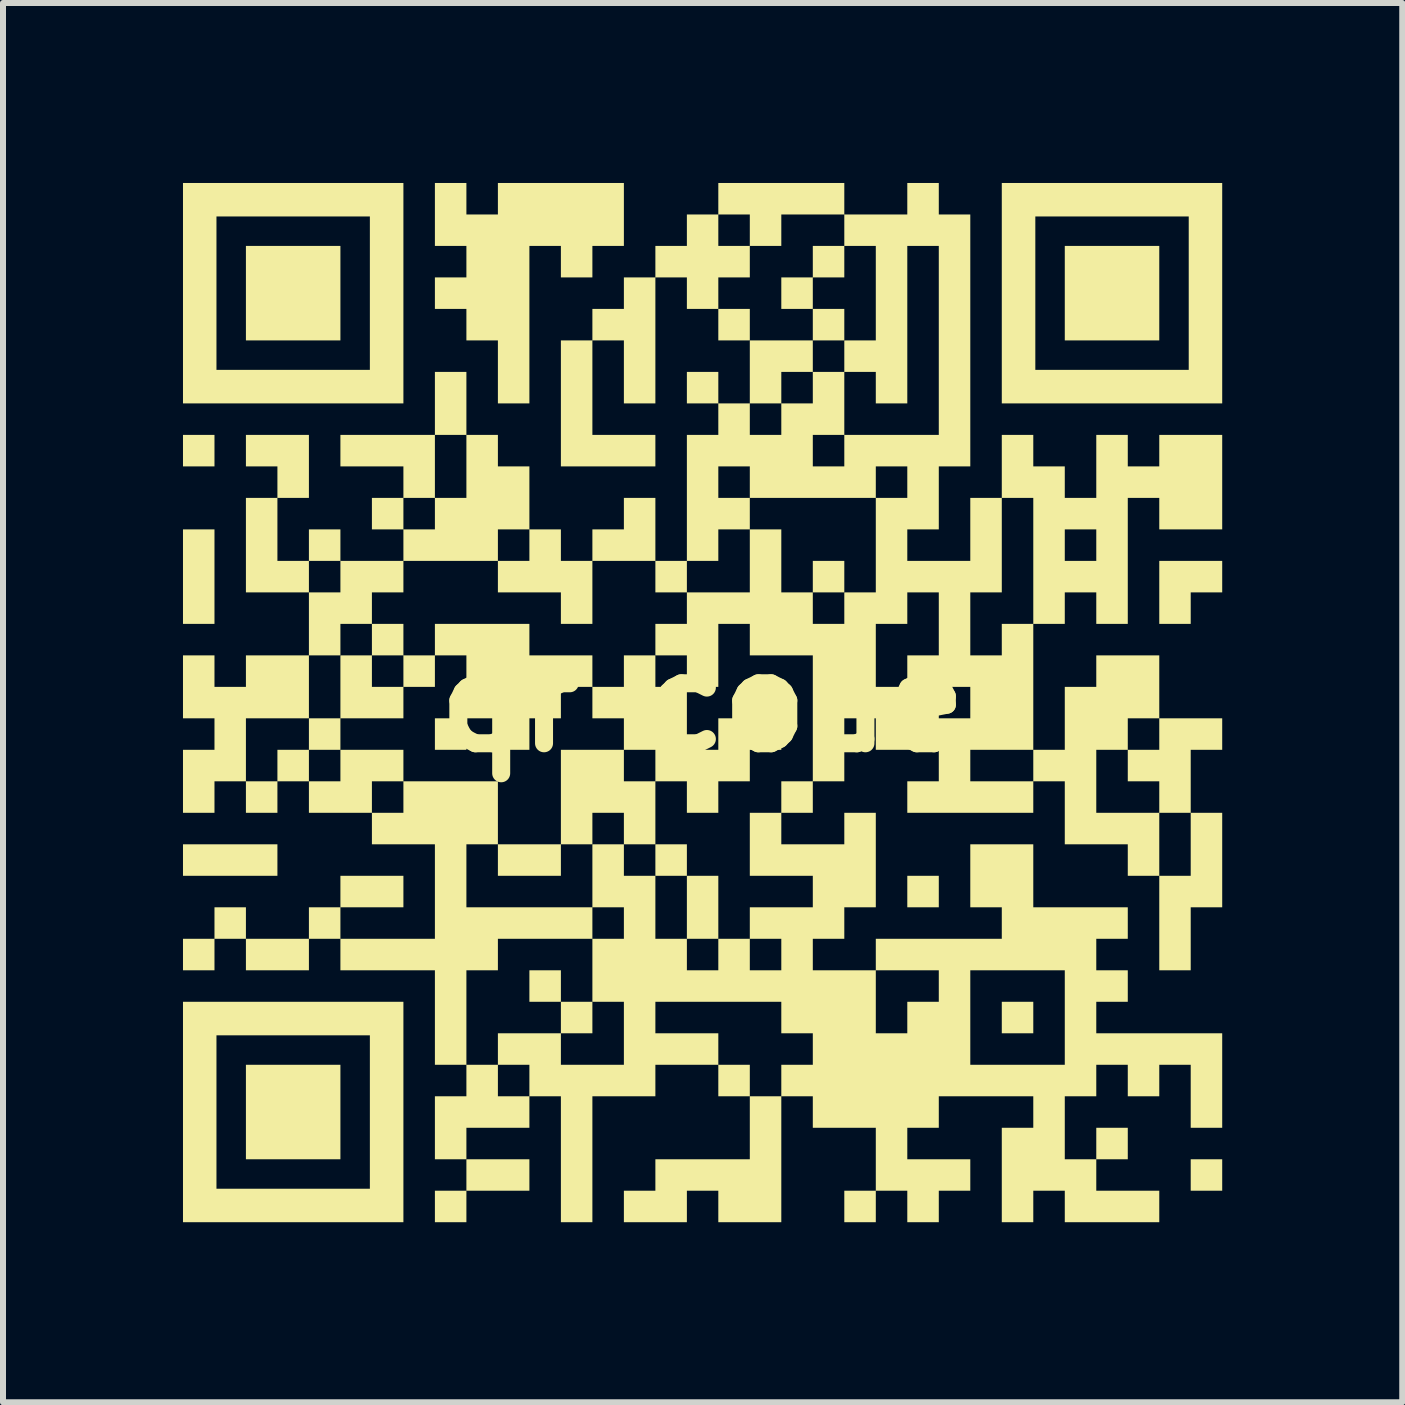
<source format=kicad_pcb>
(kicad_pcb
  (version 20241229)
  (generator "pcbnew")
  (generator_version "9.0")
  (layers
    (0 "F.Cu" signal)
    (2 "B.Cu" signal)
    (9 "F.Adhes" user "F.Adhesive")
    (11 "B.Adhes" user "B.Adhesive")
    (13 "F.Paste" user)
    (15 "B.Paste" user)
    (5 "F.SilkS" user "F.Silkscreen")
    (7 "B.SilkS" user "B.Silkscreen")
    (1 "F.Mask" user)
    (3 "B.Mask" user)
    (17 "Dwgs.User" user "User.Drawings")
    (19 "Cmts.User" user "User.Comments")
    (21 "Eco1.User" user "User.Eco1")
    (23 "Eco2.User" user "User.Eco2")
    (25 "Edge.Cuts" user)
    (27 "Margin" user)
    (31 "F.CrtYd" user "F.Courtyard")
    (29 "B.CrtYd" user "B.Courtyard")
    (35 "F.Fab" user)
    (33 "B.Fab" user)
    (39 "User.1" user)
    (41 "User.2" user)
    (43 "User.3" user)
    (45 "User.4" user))
  (footprint "qr code"
    (layer "F.Cu")
    (at 8.661 8.661)
    (property "Reference" "qr code" (at 0 0 0) (layer "F.SilkS") (effects (font (size 1.5 1.5) (thickness 0.3))))
    (attr board_only exclude_from_pos_files exclude_from_bom)
    (fp_poly (pts (xy -8.136 -4.199) (xy -8.136 -3.937) (xy -8.399 -3.937) (xy -8.661 -3.937) (xy -8.661 -4.199) (xy -8.661 -4.462) (xy -8.399 -4.462) (xy -8.136 -4.462)) (stroke (width 0) (type solid)) (fill yes) (layer "F.SilkS"))
    (fp_poly (pts (xy -8.136 -2.1) (xy -8.136 -1.312) (xy -8.399 -1.312) (xy -8.661 -1.312) (xy -8.661 -2.1) (xy -8.661 -2.887) (xy -8.399 -2.887) (xy -8.136 -2.887)) (stroke (width 0) (type solid)) (fill yes) (layer "F.SilkS"))
    (fp_poly (pts (xy -7.087 2.625) (xy -7.087 2.887) (xy -7.874 2.887) (xy -8.661 2.887) (xy -8.661 2.625) (xy -8.661 2.362) (xy -7.874 2.362) (xy -7.087 2.362)) (stroke (width 0) (type solid)) (fill yes) (layer "F.SilkS"))
    (fp_poly (pts (xy -6.037 -6.824) (xy -6.037 -6.037) (xy -6.824 -6.037) (xy -7.612 -6.037) (xy -7.612 -6.824) (xy -7.612 -7.612) (xy -6.824 -7.612) (xy -6.037 -7.612)) (stroke (width 0) (type solid)) (fill yes) (layer "F.SilkS"))
    (fp_poly (pts (xy -6.037 6.824) (xy -6.037 7.612) (xy -6.824 7.612) (xy -7.612 7.612) (xy -7.612 6.824) (xy -7.612 6.037) (xy -6.824 6.037) (xy -6.037 6.037)) (stroke (width 0) (type solid)) (fill yes) (layer "F.SilkS"))
    (fp_poly (pts (xy -2.362 4.724) (xy -2.362 4.987) (xy -2.625 4.987) (xy -2.887 4.987) (xy -2.887 4.724) (xy -2.887 4.462) (xy -2.625 4.462) (xy -2.362 4.462)) (stroke (width 0) (type solid)) (fill yes) (layer "F.SilkS"))
    (fp_poly (pts (xy -1.837 5.249) (xy -1.837 5.512) (xy -2.1 5.512) (xy -2.362 5.512) (xy -2.362 5.249) (xy -2.362 4.987) (xy -2.1 4.987) (xy -1.837 4.987)) (stroke (width 0) (type solid)) (fill yes) (layer "F.SilkS"))
    (fp_poly (pts (xy -0.262 2.625) (xy -0.262 2.887) (xy -0.525 2.887) (xy -0.787 2.887) (xy -0.787 2.625) (xy -0.787 2.362) (xy -0.525 2.362) (xy -0.262 2.362)) (stroke (width 0) (type solid)) (fill yes) (layer "F.SilkS"))
    (fp_poly (pts (xy 0.262 3.412) (xy 0.262 3.937) (xy -0.000001 3.937) (xy -0.262 3.937) (xy -0.262 3.412) (xy -0.262 2.887) (xy -0.000001 2.887) (xy 0.262 2.887)) (stroke (width 0) (type solid)) (fill yes) (layer "F.SilkS"))
    (fp_poly (pts (xy 0.787 -6.299) (xy 0.787 -6.037) (xy 0.525 -6.037) (xy 0.262 -6.037) (xy 0.262 -6.299) (xy 0.262 -6.562) (xy 0.525 -6.562) (xy 0.787 -6.562)) (stroke (width 0) (type solid)) (fill yes) (layer "F.SilkS"))
    (fp_poly (pts (xy 2.362 -6.299) (xy 2.362 -6.037) (xy 2.1 -6.037) (xy 1.837 -6.037) (xy 1.837 -6.299) (xy 1.837 -6.562) (xy 2.1 -6.562) (xy 2.362 -6.562)) (stroke (width 0) (type solid)) (fill yes) (layer "F.SilkS"))
    (fp_poly (pts (xy 2.362 -2.1) (xy 2.362 -1.837) (xy 2.1 -1.837) (xy 1.837 -1.837) (xy 1.837 -2.1) (xy 1.837 -2.362) (xy 2.1 -2.362) (xy 2.362 -2.362)) (stroke (width 0) (type solid)) (fill yes) (layer "F.SilkS"))
    (fp_poly (pts (xy 3.937 3.15) (xy 3.937 3.412) (xy 3.675 3.412) (xy 3.412 3.412) (xy 3.412 3.15) (xy 3.412 2.887) (xy 3.675 2.887) (xy 3.937 2.887)) (stroke (width 0) (type solid)) (fill yes) (layer "F.SilkS"))
    (fp_poly (pts (xy 5.512 5.249) (xy 5.512 5.512) (xy 5.249 5.512) (xy 4.987 5.512) (xy 4.987 5.249) (xy 4.987 4.987) (xy 5.249 4.987) (xy 5.512 4.987)) (stroke (width 0) (type solid)) (fill yes) (layer "F.SilkS"))
    (fp_poly (pts (xy 7.612 -6.824) (xy 7.612 -6.037) (xy 6.824 -6.037) (xy 6.037 -6.037) (xy 6.037 -6.824) (xy 6.037 -7.612) (xy 6.824 -7.612) (xy 7.612 -7.612)) (stroke (width 0) (type solid)) (fill yes) (layer "F.SilkS"))
    (fp_poly (pts (xy 8.661 7.874) (xy 8.661 8.136) (xy 8.399 8.136) (xy 8.136 8.136) (xy 8.136 7.874) (xy 8.136 7.612) (xy 8.399 7.612) (xy 8.661 7.612)) (stroke (width 0) (type solid)) (fill yes) (layer "F.SilkS"))
    (fp_poly (pts (xy 8.661 -2.1) (xy 8.661 -1.837) (xy 8.399 -1.837) (xy 8.136 -1.837) (xy 8.136 -1.575) (xy 8.136 -1.312) (xy 7.874 -1.312) (xy 7.612 -1.312) (xy 7.612 -1.837) (xy 7.612 -2.362) (xy 8.136 -2.362) (xy 8.661 -2.362)) (stroke (width 0) (type solid)) (fill yes) (layer "F.SilkS"))
    (fp_poly (pts (xy -2.887 7.874) (xy -2.887 8.136) (xy -3.412 8.136) (xy -3.937 8.136) (xy -3.937 8.399) (xy -3.937 8.661) (xy -4.199 8.661) (xy -4.462 8.661) (xy -4.462 8.399) (xy -4.462 8.136) (xy -4.199 8.136) (xy -3.937 8.136) (xy -3.937 7.874) (xy -3.937 7.612) (xy -3.412 7.612) (xy -2.887 7.612)) (stroke (width 0) (type solid)) (fill yes) (layer "F.SilkS"))
    (fp_poly (pts (xy 2.362 -7.349) (xy 2.362 -7.087) (xy 2.1 -7.087) (xy 1.837 -7.087) (xy 1.837 -6.824) (xy 1.837 -6.562) (xy 1.575 -6.562) (xy 1.312 -6.562) (xy 1.312 -6.824) (xy 1.312 -7.087) (xy 1.575 -7.087) (xy 1.837 -7.087) (xy 1.837 -7.349) (xy 1.837 -7.612) (xy 2.1 -7.612) (xy 2.362 -7.612)) (stroke (width 0) (type solid)) (fill yes) (layer "F.SilkS"))
    (fp_poly (pts (xy -4.987 -6.824) (xy -4.987 -4.987) (xy -6.824 -4.987) (xy -8.661 -4.987) (xy -8.661 -6.824) (xy -8.103 -6.824) (xy -8.103 -5.546) (xy -6.824 -5.546) (xy -5.546 -5.546) (xy -5.546 -6.824) (xy -5.546 -8.103) (xy -6.824 -8.103) (xy -8.103 -8.103) (xy -8.103 -6.824) (xy -8.661 -6.824) (xy -8.661 -8.661) (xy -6.824 -8.661) (xy -4.987 -8.661)) (stroke (width 0) (type solid)) (fill yes) (layer "F.SilkS"))
    (fp_poly (pts (xy -4.987 6.824) (xy -4.987 8.661) (xy -6.824 8.661) (xy -8.661 8.661) (xy -8.661 6.824) (xy -8.103 6.824) (xy -8.103 8.103) (xy -6.824 8.103) (xy -5.546 8.103) (xy -5.546 6.824) (xy -5.546 5.546) (xy -6.824 5.546) (xy -8.103 5.546) (xy -8.103 6.824) (xy -8.661 6.824) (xy -8.661 4.987) (xy -6.824 4.987) (xy -4.987 4.987)) (stroke (width 0) (type solid)) (fill yes) (layer "F.SilkS"))
    (fp_poly (pts (xy 8.661 -6.824) (xy 8.661 -4.987) (xy 6.824 -4.987) (xy 4.987 -4.987) (xy 4.987 -6.824) (xy 5.546 -6.824) (xy 5.546 -5.546) (xy 6.824 -5.546) (xy 8.103 -5.546) (xy 8.103 -6.824) (xy 8.103 -8.103) (xy 6.824 -8.103) (xy 5.546 -8.103) (xy 5.546 -6.824) (xy 4.987 -6.824) (xy 4.987 -8.661) (xy 6.824 -8.661) (xy 8.661 -8.661)) (stroke (width 0) (type solid)) (fill yes) (layer "F.SilkS"))
    (fp_poly (pts (xy -3.937 -8.399) (xy -3.937 -8.136) (xy -3.675 -8.136) (xy -3.412 -8.136) (xy -3.412 -8.399) (xy -3.412 -8.661) (xy -2.362 -8.661) (xy -1.312 -8.661) (xy -1.312 -8.136) (xy -1.312 -7.612) (xy -1.575 -7.612) (xy -1.837 -7.612) (xy -1.837 -7.349) (xy -1.837 -7.087) (xy -2.1 -7.087) (xy -2.362 -7.087) (xy -2.362 -7.349) (xy -2.362 -7.612) (xy -2.625 -7.612) (xy -2.887 -7.612) (xy -2.887 -6.299) (xy -2.887 -4.987) (xy -3.15 -4.987) (xy -3.412 -4.987) (xy -3.412 -5.512) (xy -3.412 -6.037) (xy -3.675 -6.037) (xy -3.937 -6.037) (xy -3.937 -6.299) (xy -3.937 -6.562) (xy -4.199 -6.562) (xy -4.462 -6.562) (xy -4.462 -6.824) (xy -4.462 -7.087) (xy -4.199 -7.087) (xy -3.937 -7.087) (xy -3.937 -7.349) (xy -3.937 -7.612) (xy -4.199 -7.612) (xy -4.462 -7.612) (xy -4.462 -8.136) (xy -4.462 -8.661) (xy -4.199 -8.661) (xy -3.937 -8.661)) (stroke (width 0) (type solid)) (fill yes) (layer "F.SilkS"))
    (fp_poly (pts (xy -4.987 -1.05) (xy -4.987 -0.787) (xy -4.724 -0.787) (xy -4.462 -0.787) (xy -4.462 -1.05) (xy -4.462 -1.312) (xy -3.675 -1.312) (xy -2.887 -1.312) (xy -2.887 -1.05) (xy -2.887 -0.787) (xy -2.362 -0.787) (xy -1.837 -0.787) (xy -1.837 -0.525) (xy -1.837 -0.262) (xy -1.575 -0.262) (xy -1.312 -0.262) (xy -1.312 -0.525) (xy -1.312 -0.787) (xy -1.05 -0.787) (xy -0.787 -0.787) (xy -0.787 -0.525) (xy -0.787 -0.262) (xy -0.525 -0.262) (xy -0.262 -0.262) (xy -0.262 0.262) (xy -0.262 0.787) (xy -0.000001 0.787) (xy 0.262 0.787) (xy 0.262 0.525) (xy 0.262 0.262) (xy 0.525 0.262) (xy 0.787 0.262) (xy 0.787 -0.000001) (xy 0.787 -0.262) (xy 1.05 -0.262) (xy 1.312 -0.262) (xy 1.312 0.262) (xy 1.312 0.787) (xy 1.05 0.787) (xy 0.787 0.787) (xy 0.787 1.05) (xy 0.787 1.312) (xy 0.525 1.312) (xy 0.262 1.312) (xy 0.262 1.575) (xy 0.262 1.837) (xy -0.000001 1.837) (xy -0.262 1.837) (xy -0.262 1.575) (xy -0.262 1.312) (xy -0.525 1.312) (xy -0.787 1.312) (xy -0.787 1.837) (xy -0.787 2.362) (xy -1.05 2.362) (xy -1.312 2.362) (xy -1.312 2.1) (xy -1.312 1.837) (xy -1.575 1.837) (xy -1.837 1.837) (xy -1.837 2.1) (xy -1.837 2.362) (xy -2.1 2.362) (xy -2.362 2.362) (xy -2.362 2.625) (xy -2.362 2.887) (xy -2.887 2.887) (xy -3.412 2.887) (xy -3.412 2.625) (xy -3.412 2.362) (xy -2.887 2.362) (xy -2.362 2.362) (xy -2.362 1.575) (xy -2.362 1.05) (xy -1.312 1.05) (xy -1.312 1.312) (xy -1.05 1.312) (xy -0.787 1.312) (xy -0.787 1.05) (xy -0.787 0.787) (xy -1.05 0.787) (xy -1.312 0.787) (xy -1.312 1.05) (xy -2.362 1.05) (xy -2.362 0.787) (xy -1.837 0.787) (xy -1.312 0.787) (xy -1.312 0.525) (xy -1.312 0.262) (xy -1.575 0.262) (xy -1.837 0.262) (xy -1.837 -0.000001) (xy -1.837 -0.262) (xy -2.1 -0.262) (xy -2.362 -0.262) (xy -2.362 -0.000001) (xy -2.362 0.262) (xy -2.625 0.262) (xy -2.887 0.262) (xy -2.887 0.525) (xy -2.887 0.787) (xy -3.15 0.787) (xy -3.412 0.787) (xy -3.412 0.525) (xy -3.412 0.262) (xy -3.675 0.262) (xy -3.937 0.262) (xy -3.937 0.525) (xy -3.937 0.787) (xy -4.199 0.787) (xy -4.462 0.787) (xy -4.462 0.525) (xy -4.462 0.262) (xy -4.199 0.262) (xy -3.937 0.262) (xy -3.937 -0.262) (xy -3.937 -0.787) (xy -4.199 -0.787) (xy -4.462 -0.787) (xy -4.462 -0.525) (xy -4.462 -0.262) (xy -4.724 -0.262) (xy -4.987 -0.262) (xy -4.987 -0.000001) (xy -4.987 0.262) (xy -5.512 0.262) (xy -6.037 0.262) (xy -6.037 0.525) (xy -6.037 0.787) (xy -6.299 0.787) (xy -6.562 0.787) (xy -6.562 0.525) (xy -6.562 0.262) (xy -6.299 0.262) (xy -6.037 0.262) (xy -6.037 -0.262) (xy -6.037 -0.525) (xy -5.512 -0.525) (xy -5.512 -0.262) (xy -5.249 -0.262) (xy -4.987 -0.262) (xy -4.987 -0.525) (xy -4.987 -0.787) (xy -5.249 -0.787) (xy -5.512 -0.787) (xy -5.512 -0.525) (xy -6.037 -0.525) (xy -6.037 -0.787) (xy -5.774 -0.787) (xy -5.512 -0.787) (xy -5.512 -1.05) (xy -5.512 -1.312) (xy -5.249 -1.312) (xy -4.987 -1.312)) (stroke (width 0) (type solid)) (fill yes) (layer "F.SilkS"))
    (fp_poly (pts (xy 2.362 -8.399) (xy 2.362 -8.136) (xy 2.887 -8.136) (xy 3.412 -8.136) (xy 3.412 -8.399) (xy 3.412 -8.661) (xy 3.675 -8.661) (xy 3.937 -8.661) (xy 3.937 -8.399) (xy 3.937 -8.136) (xy 4.199 -8.136) (xy 4.462 -8.136) (xy 4.462 -6.037) (xy 4.462 -3.937) (xy 4.199 -3.937) (xy 3.937 -3.937) (xy 3.937 -3.412) (xy 3.937 -2.887) (xy 3.675 -2.887) (xy 3.412 -2.887) (xy 3.412 -2.625) (xy 3.412 -2.362) (xy 3.937 -2.362) (xy 4.462 -2.362) (xy 4.462 -2.887) (xy 4.462 -3.412) (xy 4.724 -3.412) (xy 4.987 -3.412) (xy 4.987 -3.937) (xy 4.987 -4.462) (xy 5.249 -4.462) (xy 5.512 -4.462) (xy 5.512 -4.199) (xy 5.512 -3.937) (xy 5.774 -3.937) (xy 6.037 -3.937) (xy 6.037 -3.675) (xy 6.037 -3.412) (xy 6.299 -3.412) (xy 6.562 -3.412) (xy 6.562 -3.937) (xy 6.562 -4.462) (xy 6.824 -4.462) (xy 7.087 -4.462) (xy 7.087 -4.199) (xy 7.087 -3.937) (xy 7.349 -3.937) (xy 7.612 -3.937) (xy 7.612 -4.199) (xy 7.612 -4.462) (xy 8.136 -4.462) (xy 8.661 -4.462) (xy 8.661 -3.675) (xy 8.661 -2.887) (xy 8.136 -2.887) (xy 7.612 -2.887) (xy 7.612 -3.15) (xy 7.612 -3.412) (xy 7.349 -3.412) (xy 7.087 -3.412) (xy 7.087 -2.362) (xy 7.087 -1.312) (xy 6.824 -1.312) (xy 6.562 -1.312) (xy 6.562 -1.575) (xy 6.562 -1.837) (xy 6.299 -1.837) (xy 6.037 -1.837) (xy 6.037 -1.575) (xy 6.037 -1.312) (xy 5.774 -1.312) (xy 5.512 -1.312) (xy 5.512 -0.262) (xy 5.512 0.787) (xy 5.774 0.787) (xy 6.037 0.787) (xy 6.037 0.262) (xy 6.037 -0.262) (xy 6.299 -0.262) (xy 6.562 -0.262) (xy 6.562 -0.525) (xy 6.562 -0.787) (xy 7.087 -0.787) (xy 7.612 -0.787) (xy 7.612 -0.262) (xy 7.612 0.262) (xy 7.349 0.262) (xy 7.087 0.262) (xy 7.087 0.525) (xy 7.087 0.787) (xy 6.824 0.787) (xy 6.562 0.787) (xy 6.562 1.312) (xy 6.562 1.837) (xy 7.087 1.837) (xy 7.612 1.837) (xy 7.612 1.575) (xy 7.612 1.312) (xy 7.349 1.312) (xy 7.087 1.312) (xy 7.087 1.05) (xy 7.087 0.787) (xy 7.349 0.787) (xy 7.612 0.787) (xy 7.612 0.525) (xy 7.612 0.262) (xy 8.136 0.262) (xy 8.661 0.262) (xy 8.661 0.525) (xy 8.661 0.787) (xy 8.399 0.787) (xy 8.136 0.787) (xy 8.136 1.312) (xy 8.136 1.837) (xy 7.874 1.837) (xy 7.612 1.837) (xy 7.612 2.362) (xy 7.612 2.887) (xy 7.874 2.887) (xy 8.136 2.887) (xy 8.136 2.362) (xy 8.136 1.837) (xy 8.399 1.837) (xy 8.661 1.837) (xy 8.661 2.625) (xy 8.661 3.412) (xy 8.399 3.412) (xy 8.136 3.412) (xy 8.136 3.937) (xy 8.136 4.462) (xy 7.874 4.462) (xy 7.612 4.462) (xy 7.612 3.675) (xy 7.612 2.887) (xy 7.349 2.887) (xy 7.087 2.887) (xy 7.087 2.625) (xy 7.087 2.362) (xy 6.562 2.362) (xy 6.037 2.362) (xy 6.037 1.837) (xy 6.037 1.312) (xy 5.774 1.312) (xy 5.512 1.312) (xy 5.512 1.575) (xy 5.512 1.837) (xy 4.462 1.837) (xy 3.412 1.837) (xy 3.412 1.575) (xy 3.412 1.312) (xy 3.675 1.312) (xy 3.937 1.312) (xy 3.937 1.05) (xy 4.462 1.05) (xy 4.462 1.312) (xy 4.987 1.312) (xy 5.512 1.312) (xy 5.512 1.05) (xy 5.512 0.787) (xy 4.987 0.787) (xy 4.462 0.787) (xy 4.462 1.05) (xy 3.937 1.05) (xy 3.937 0.787) (xy 3.412 0.787) (xy 2.887 0.787) (xy 2.887 0.525) (xy 2.887 0.262) (xy 2.625 0.262) (xy 2.362 0.262) (xy 2.362 0.787) (xy 2.362 1.312) (xy 2.1 1.312) (xy 1.837 1.312) (xy 1.837 1.575) (xy 1.837 1.837) (xy 1.575 1.837) (xy 1.312 1.837) (xy 1.312 2.1) (xy 1.312 2.362) (xy 1.837 2.362) (xy 2.362 2.362) (xy 2.362 2.1) (xy 2.362 1.837) (xy 2.625 1.837) (xy 2.887 1.837) (xy 2.887 2.625) (xy 2.887 3.412) (xy 2.625 3.412) (xy 2.362 3.412) (xy 2.362 3.675) (xy 2.362 3.937) (xy 2.1 3.937) (xy 1.837 3.937) (xy 1.837 4.199) (xy 1.837 4.462) (xy 2.362 4.462) (xy 2.887 4.462) (xy 2.887 4.199) (xy 2.887 3.937) (xy 3.937 3.937) (xy 4.987 3.937) (xy 4.987 3.675) (xy 4.987 3.412) (xy 4.724 3.412) (xy 4.462 3.412) (xy 4.462 2.887) (xy 4.462 2.362) (xy 4.987 2.362) (xy 5.512 2.362) (xy 5.512 2.887) (xy 5.512 3.412) (xy 6.299 3.412) (xy 7.087 3.412) (xy 7.087 3.675) (xy 7.087 3.937) (xy 6.824 3.937) (xy 6.562 3.937) (xy 6.562 4.199) (xy 6.562 4.462) (xy 6.824 4.462) (xy 7.087 4.462) (xy 7.087 4.724) (xy 7.087 4.987) (xy 6.824 4.987) (xy 6.562 4.987) (xy 6.562 5.249) (xy 6.562 5.512) (xy 7.612 5.512) (xy 8.661 5.512) (xy 8.661 6.299) (xy 8.661 7.087) (xy 8.399 7.087) (xy 8.136 7.087) (xy 8.136 6.562) (xy 8.136 6.037) (xy 7.874 6.037) (xy 7.612 6.037) (xy 7.612 6.299) (xy 7.612 6.562) (xy 7.349 6.562) (xy 7.087 6.562) (xy 7.087 6.299) (xy 7.087 6.037) (xy 6.824 6.037) (xy 6.562 6.037) (xy 6.562 6.299) (xy 6.562 6.562) (xy 6.299 6.562) (xy 6.037 6.562) (xy 6.037 7.087) (xy 6.037 7.612) (xy 6.299 7.612) (xy 6.562 7.612) (xy 6.562 7.349) (xy 6.562 7.087) (xy 6.824 7.087) (xy 7.087 7.087) (xy 7.087 7.349) (xy 7.087 7.612) (xy 6.824 7.612) (xy 6.562 7.612) (xy 6.562 7.874) (xy 6.562 8.136) (xy 7.087 8.136) (xy 7.612 8.136) (xy 7.612 8.399) (xy 7.612 8.661) (xy 6.824 8.661) (xy 6.037 8.661) (xy 6.037 8.399) (xy 6.037 8.136) (xy 5.774 8.136) (xy 5.512 8.136) (xy 5.512 8.399) (xy 5.512 8.661) (xy 5.249 8.661) (xy 4.987 8.661) (xy 4.987 7.874) (xy 4.987 7.087) (xy 5.249 7.087) (xy 5.512 7.087) (xy 5.512 6.824) (xy 5.512 6.562) (xy 4.724 6.562) (xy 3.937 6.562) (xy 3.937 6.824) (xy 3.937 7.087) (xy 3.675 7.087) (xy 3.412 7.087) (xy 3.412 7.349) (xy 3.412 7.612) (xy 3.937 7.612) (xy 4.462 7.612) (xy 4.462 7.874) (xy 4.462 8.136) (xy 4.199 8.136) (xy 3.937 8.136) (xy 3.937 8.399) (xy 3.937 8.661) (xy 3.675 8.661) (xy 3.412 8.661) (xy 3.412 8.399) (xy 3.412 8.136) (xy 3.15 8.136) (xy 2.887 8.136) (xy 2.887 8.399) (xy 2.887 8.661) (xy 2.625 8.661) (xy 2.362 8.661) (xy 2.362 8.399) (xy 2.362 8.136) (xy 2.625 8.136) (xy 2.887 8.136) (xy 2.887 7.612) (xy 2.887 7.087) (xy 2.362 7.087) (xy 1.837 7.087) (xy 1.837 6.824) (xy 1.837 6.562) (xy 1.575 6.562) (xy 1.312 6.562) (xy 1.312 7.612) (xy 1.312 8.661) (xy 0.787 8.661) (xy 0.262 8.661) (xy 0.262 8.399) (xy 0.262 8.136) (xy -0.000001 8.136) (xy -0.262 8.136) (xy -0.262 8.399) (xy -0.262 8.661) (xy -0.787 8.661) (xy -1.312 8.661) (xy -1.312 8.399) (xy -1.312 8.136) (xy -1.05 8.136) (xy -0.787 8.136) (xy -0.787 7.874) (xy -0.787 7.612) (xy -0.000001 7.612) (xy 0.787 7.612) (xy 0.787 7.087) (xy 0.787 6.562) (xy 0.525 6.562) (xy 0.262 6.562) (xy 0.262 6.299) (xy 0.262 6.037) (xy 0.525 6.037) (xy 0.787 6.037) (xy 0.787 6.299) (xy 0.787 6.562) (xy 1.05 6.562) (xy 1.312 6.562) (xy 1.312 6.299) (xy 1.312 6.037) (xy 1.575 6.037) (xy 1.837 6.037) (xy 1.837 5.774) (xy 1.837 5.512) (xy 1.575 5.512) (xy 1.312 5.512) (xy 1.312 5.249) (xy 1.312 4.987) (xy 2.887 4.987) (xy 2.887 5.512) (xy 3.15 5.512) (xy 3.412 5.512) (xy 3.412 5.249) (xy 4.462 5.249) (xy 4.462 6.037) (xy 5.249 6.037) (xy 6.037 6.037) (xy 6.037 5.249) (xy 6.037 4.462) (xy 5.249 4.462) (xy 4.462 4.462) (xy 4.462 5.249) (xy 3.412 5.249) (xy 3.412 4.987) (xy 3.675 4.987) (xy 3.937 4.987) (xy 3.937 4.724) (xy 3.937 4.462) (xy 3.412 4.462) (xy 2.887 4.462) (xy 2.887 4.987) (xy 1.312 4.987) (xy 0.262 4.987) (xy -0.787 4.987) (xy -0.787 5.249) (xy -0.787 5.512) (xy -0.262 5.512) (xy 0.262 5.512) (xy 0.262 5.774) (xy 0.262 6.037) (xy -0.262 6.037) (xy -0.787 6.037) (xy -0.787 6.299) (xy -0.787 6.562) (xy -1.312 6.562) (xy -1.837 6.562) (xy -1.837 7.612) (xy -1.837 8.661) (xy -2.1 8.661) (xy -2.362 8.661) (xy -2.362 7.612) (xy -2.362 6.562) (xy -2.625 6.562) (xy -2.887 6.562) (xy -2.887 6.824) (xy -2.887 7.087) (xy -3.412 7.087) (xy -3.937 7.087) (xy -3.937 7.349) (xy -3.937 7.612) (xy -4.199 7.612) (xy -4.462 7.612) (xy -4.462 7.087) (xy -4.462 6.562) (xy -4.199 6.562) (xy -3.937 6.562) (xy -3.937 6.299) (xy -3.412 6.299) (xy -3.412 6.562) (xy -3.15 6.562) (xy -2.887 6.562) (xy -2.887 6.299) (xy -2.887 6.037) (xy -3.15 6.037) (xy -3.412 6.037) (xy -3.412 6.299) (xy -3.937 6.299) (xy -3.937 6.037) (xy -4.199 6.037) (xy -4.462 6.037) (xy -4.462 5.249) (xy -4.462 4.462) (xy -3.937 4.462) (xy -3.937 5.249) (xy -3.937 6.037) (xy -3.675 6.037) (xy -3.412 6.037) (xy -3.412 5.774) (xy -3.412 5.512) (xy -2.887 5.512) (xy -2.362 5.512) (xy -2.362 5.774) (xy -2.362 6.037) (xy -1.837 6.037) (xy -1.312 6.037) (xy -1.312 5.512) (xy -1.312 4.987) (xy -1.575 4.987) (xy -1.837 4.987) (xy -1.837 4.462) (xy -1.837 3.937) (xy -1.575 3.937) (xy -1.312 3.937) (xy -1.312 3.675) (xy -1.312 3.412) (xy -1.575 3.412) (xy -1.837 3.412) (xy -1.837 3.675) (xy -1.837 3.937) (xy -2.625 3.937) (xy -3.412 3.937) (xy -3.412 4.199) (xy -3.412 4.462) (xy -3.675 4.462) (xy -3.937 4.462) (xy -4.462 4.462) (xy -5.249 4.462) (xy -6.037 4.462) (xy -6.037 4.199) (xy -6.037 3.937) (xy -6.299 3.937) (xy -6.562 3.937) (xy -6.562 4.199) (xy -6.562 4.462) (xy -7.087 4.462) (xy -7.612 4.462) (xy -7.612 4.199) (xy -7.612 3.937) (xy -7.874 3.937) (xy -8.136 3.937) (xy -8.136 4.199) (xy -8.136 4.462) (xy -8.399 4.462) (xy -8.661 4.462) (xy -8.661 4.199) (xy -8.661 3.937) (xy -8.399 3.937) (xy -8.136 3.937) (xy -8.136 3.675) (xy -8.136 3.412) (xy -7.874 3.412) (xy -7.612 3.412) (xy -7.612 3.675) (xy -7.612 3.937) (xy -7.087 3.937) (xy -6.562 3.937) (xy -6.562 3.675) (xy -6.562 3.412) (xy -6.299 3.412) (xy -6.037 3.412) (xy -6.037 3.15) (xy -6.037 2.887) (xy -5.512 2.887) (xy -4.987 2.887) (xy -4.987 3.15) (xy -4.987 3.412) (xy -5.512 3.412) (xy -6.037 3.412) (xy -6.037 3.675) (xy -6.037 3.937) (xy -5.249 3.937) (xy -4.462 3.937) (xy -4.462 3.15) (xy -4.462 2.362) (xy -4.987 2.362) (xy -5.512 2.362) (xy -5.512 2.1) (xy -5.512 1.837) (xy -6.037 1.837) (xy -6.562 1.837) (xy -6.562 1.575) (xy -6.562 1.312) (xy -6.824 1.312) (xy -7.087 1.312) (xy -7.087 1.575) (xy -7.087 1.837) (xy -7.349 1.837) (xy -7.612 1.837) (xy -7.612 1.575) (xy -7.612 1.312) (xy -7.874 1.312) (xy -8.136 1.312) (xy -8.136 1.575) (xy -8.136 1.837) (xy -8.399 1.837) (xy -8.661 1.837) (xy -8.661 1.312) (xy -8.661 0.787) (xy -8.399 0.787) (xy -8.136 0.787) (xy -8.136 0.525) (xy -8.136 0.262) (xy -8.399 0.262) (xy -8.661 0.262) (xy -8.661 -0.262) (xy -8.661 -0.787) (xy -8.399 -0.787) (xy -8.136 -0.787) (xy -8.136 -0.525) (xy -8.136 -0.262) (xy -7.874 -0.262) (xy -7.612 -0.262) (xy -7.612 -0.525) (xy -7.612 -0.787) (xy -7.087 -0.787) (xy -6.562 -0.787) (xy -6.562 -1.312) (xy -6.562 -1.837) (xy -7.087 -1.837) (xy -7.612 -1.837) (xy -7.612 -2.1) (xy -6.562 -2.1) (xy -6.562 -1.837) (xy -6.299 -1.837) (xy -6.037 -1.837) (xy -6.037 -2.1) (xy -6.037 -2.362) (xy -6.299 -2.362) (xy -6.562 -2.362) (xy -6.562 -2.1) (xy -7.612 -2.1) (xy -7.612 -2.625) (xy -7.612 -3.412) (xy -7.349 -3.412) (xy -7.087 -3.412) (xy -7.087 -3.675) (xy -7.087 -3.937) (xy -7.349 -3.937) (xy -7.612 -3.937) (xy -7.612 -4.199) (xy -7.612 -4.462) (xy -7.087 -4.462) (xy -6.562 -4.462) (xy -6.562 -3.937) (xy -6.562 -3.412) (xy -6.824 -3.412) (xy -7.087 -3.412) (xy -7.087 -2.887) (xy -7.087 -2.362) (xy -6.824 -2.362) (xy -6.562 -2.362) (xy -6.562 -2.625) (xy -6.562 -2.887) (xy -6.299 -2.887) (xy -6.037 -2.887) (xy -6.037 -2.625) (xy -6.037 -2.362) (xy -5.512 -2.362) (xy -4.987 -2.362) (xy -4.987 -2.625) (xy -4.987 -2.887) (xy -5.249 -2.887) (xy -5.512 -2.887) (xy -5.512 -3.15) (xy -5.512 -3.412) (xy -5.249 -3.412) (xy -4.987 -3.412) (xy -4.987 -3.675) (xy -4.987 -3.937) (xy -5.512 -3.937) (xy -6.037 -3.937) (xy -6.037 -4.199) (xy -6.037 -4.462) (xy -5.249 -4.462) (xy -4.462 -4.462) (xy -4.462 -4.987) (xy -4.462 -5.512) (xy -4.199 -5.512) (xy -3.937 -5.512) (xy -3.937 -4.987) (xy -3.937 -4.462) (xy -4.199 -4.462) (xy -4.462 -4.462) (xy -4.462 -3.937) (xy -4.462 -3.412) (xy -4.724 -3.412) (xy -4.987 -3.412) (xy -4.987 -3.15) (xy -4.987 -2.887) (xy -4.724 -2.887) (xy -4.462 -2.887) (xy -4.462 -3.15) (xy -4.462 -3.412) (xy -4.199 -3.412) (xy -3.937 -3.412) (xy -3.937 -3.937) (xy -3.937 -4.462) (xy -3.675 -4.462) (xy -3.412 -4.462) (xy -3.412 -4.199) (xy -3.412 -3.937) (xy -3.15 -3.937) (xy -2.887 -3.937) (xy -2.887 -3.412) (xy -2.887 -2.887) (xy -3.15 -2.887) (xy -3.412 -2.887) (xy -3.412 -2.625) (xy -3.412 -2.362) (xy -4.199 -2.362) (xy -4.987 -2.362) (xy -4.987 -2.1) (xy -4.987 -1.837) (xy -5.249 -1.837) (xy -5.512 -1.837) (xy -5.512 -1.575) (xy -5.512 -1.312) (xy -5.774 -1.312) (xy -6.037 -1.312) (xy -6.037 -1.05) (xy -6.037 -0.787) (xy -6.299 -0.787) (xy -6.562 -0.787) (xy -6.562 -0.262) (xy -6.562 0.262) (xy -7.087 0.262) (xy -7.612 0.262) (xy -7.612 0.787) (xy -7.612 1.312) (xy -7.349 1.312) (xy -7.087 1.312) (xy -7.087 1.05) (xy -7.087 0.787) (xy -6.824 0.787) (xy -6.562 0.787) (xy -6.562 1.05) (xy -6.562 1.312) (xy -6.299 1.312) (xy -6.037 1.312) (xy -6.037 1.05) (xy -6.037 0.787) (xy -5.512 0.787) (xy -4.987 0.787) (xy -4.987 1.05) (xy -4.987 1.312) (xy -5.249 1.312) (xy -5.512 1.312) (xy -5.512 1.575) (xy -5.512 1.837) (xy -5.249 1.837) (xy -4.987 1.837) (xy -4.987 1.575) (xy -4.987 1.312) (xy -4.199 1.312) (xy -3.412 1.312) (xy -3.412 1.837) (xy -3.412 2.362) (xy -3.675 2.362) (xy -3.937 2.362) (xy -3.937 2.887) (xy -3.937 3.412) (xy -2.887 3.412) (xy -1.837 3.412) (xy -1.837 2.887) (xy -1.837 2.362) (xy -1.575 2.362) (xy -1.312 2.362) (xy -1.312 2.625) (xy -1.312 2.887) (xy -1.05 2.887) (xy -0.787 2.887) (xy -0.787 3.412) (xy -0.787 3.937) (xy -0.525 3.937) (xy -0.262 3.937) (xy -0.262 4.199) (xy -0.262 4.462) (xy -0.000001 4.462) (xy 0.262 4.462) (xy 0.262 4.199) (xy 0.787 4.199) (xy 0.787 4.462) (xy 1.05 4.462) (xy 1.312 4.462) (xy 1.312 4.199) (xy 1.312 3.937) (xy 1.05 3.937) (xy 0.787 3.937) (xy 0.787 4.199) (xy 0.262 4.199) (xy 0.262 3.937) (xy 0.525 3.937) (xy 0.787 3.937) (xy 0.787 3.675) (xy 0.787 3.412) (xy 1.312 3.412) (xy 1.837 3.412) (xy 1.837 3.15) (xy 1.837 2.887) (xy 1.312 2.887) (xy 0.787 2.887) (xy 0.787 2.362) (xy 0.787 1.837) (xy 1.05 1.837) (xy 1.312 1.837) (xy 1.312 1.575) (xy 1.312 1.312) (xy 1.575 1.312) (xy 1.837 1.312) (xy 1.837 0.262) (xy 1.837 -0.000001) (xy 3.937 -0.000001) (xy 3.937 0.262) (xy 4.199 0.262) (xy 4.462 0.262) (xy 4.462 -0.000001) (xy 4.462 -0.262) (xy 4.199 -0.262) (xy 3.937 -0.262) (xy 3.937 -0.000001) (xy 1.837 -0.000001) (xy 1.837 -0.787) (xy 1.312 -0.787) (xy 0.787 -0.787) (xy 0.787 -1.05) (xy 0.787 -1.312) (xy 0.525 -1.312) (xy 0.262 -1.312) (xy 0.262 -0.787) (xy 0.262 -0.262) (xy -0.000001 -0.262) (xy -0.262 -0.262) (xy -0.262 -0.525) (xy -0.262 -0.787) (xy -0.525 -0.787) (xy -0.787 -0.787) (xy -0.787 -1.05) (xy -0.787 -1.312) (xy -0.525 -1.312) (xy -0.262 -1.312) (xy -0.262 -1.575) (xy -0.262 -1.837) (xy 0.262 -1.837) (xy 0.787 -1.837) (xy 0.787 -2.362) (xy 0.787 -2.887) (xy 1.05 -2.887) (xy 1.312 -2.887) (xy 1.312 -2.362) (xy 1.312 -1.837) (xy 1.575 -1.837) (xy 1.837 -1.837) (xy 1.837 -1.575) (xy 1.837 -1.312) (xy 2.1 -1.312) (xy 2.362 -1.312) (xy 2.887 -1.312) (xy 2.887 -0.787) (xy 2.887 -0.262) (xy 3.15 -0.262) (xy 3.412 -0.262) (xy 3.412 -0.525) (xy 3.412 -0.787) (xy 3.675 -0.787) (xy 3.937 -0.787) (xy 3.937 -1.312) (xy 3.937 -1.837) (xy 4.462 -1.837) (xy 4.462 -1.312) (xy 4.462 -0.787) (xy 4.724 -0.787) (xy 4.987 -0.787) (xy 4.987 -1.05) (xy 4.987 -1.312) (xy 5.249 -1.312) (xy 5.512 -1.312) (xy 5.512 -2.362) (xy 5.512 -2.625) (xy 6.037 -2.625) (xy 6.037 -2.362) (xy 6.299 -2.362) (xy 6.562 -2.362) (xy 6.562 -2.625) (xy 6.562 -2.887) (xy 6.299 -2.887) (xy 6.037 -2.887) (xy 6.037 -2.625) (xy 5.512 -2.625) (xy 5.512 -3.412) (xy 5.249 -3.412) (xy 4.987 -3.412) (xy 4.987 -2.625) (xy 4.987 -1.837) (xy 4.724 -1.837) (xy 4.462 -1.837) (xy 3.937 -1.837) (xy 3.675 -1.837) (xy 3.412 -1.837) (xy 3.412 -1.575) (xy 3.412 -1.312) (xy 3.15 -1.312) (xy 2.887 -1.312) (xy 2.362 -1.312) (xy 2.362 -1.575) (xy 2.362 -1.837) (xy 2.625 -1.837) (xy 2.887 -1.837) (xy 2.887 -2.625) (xy 2.887 -3.412) (xy 3.15 -3.412) (xy 3.412 -3.412) (xy 3.412 -3.675) (xy 3.412 -3.937) (xy 3.15 -3.937) (xy 2.887 -3.937) (xy 2.887 -3.675) (xy 2.887 -3.412) (xy 1.837 -3.412) (xy 0.787 -3.412) (xy 0.787 -3.675) (xy 0.787 -3.937) (xy 0.525 -3.937) (xy 0.262 -3.937) (xy 0.262 -3.675) (xy 0.262 -3.412) (xy 0.525 -3.412) (xy 0.787 -3.412) (xy 0.787 -3.15) (xy 0.787 -2.887) (xy 0.525 -2.887) (xy 0.262 -2.887) (xy 0.262 -2.625) (xy 0.262 -2.362) (xy -0.000001 -2.362) (xy -0.262 -2.362) (xy -0.262 -2.1) (xy -0.262 -1.837) (xy -0.525 -1.837) (xy -0.787 -1.837) (xy -0.787 -2.1) (xy -0.787 -2.362) (xy -1.312 -2.362) (xy -1.837 -2.362) (xy -1.837 -1.837) (xy -1.837 -1.312) (xy -2.1 -1.312) (xy -2.362 -1.312) (xy -2.362 -1.575) (xy -2.362 -1.837) (xy -2.887 -1.837) (xy -3.412 -1.837) (xy -3.412 -2.1) (xy -3.412 -2.362) (xy -3.15 -2.362) (xy -2.887 -2.362) (xy -2.887 -2.625) (xy -2.887 -2.887) (xy -2.625 -2.887) (xy -2.362 -2.887) (xy -2.362 -2.625) (xy -2.362 -2.362) (xy -2.1 -2.362) (xy -1.837 -2.362) (xy -1.837 -2.625) (xy -1.837 -2.887) (xy -1.575 -2.887) (xy -1.312 -2.887) (xy -1.312 -3.15) (xy -1.312 -3.412) (xy -1.05 -3.412) (xy -0.787 -3.412) (xy -0.787 -2.887) (xy -0.787 -2.362) (xy -0.525 -2.362) (xy -0.262 -2.362) (xy -0.262 -3.412) (xy -0.262 -4.462) (xy -0.000001 -4.462) (xy 0.262 -4.462) (xy 0.262 -4.724) (xy 0.262 -4.987) (xy -0.000001 -4.987) (xy -0.262 -4.987) (xy -0.262 -5.249) (xy -0.262 -5.512) (xy -0.000001 -5.512) (xy 0.262 -5.512) (xy 0.262 -5.249) (xy 0.262 -4.987) (xy 0.525 -4.987) (xy 0.787 -4.987) (xy 0.787 -5.512) (xy 0.787 -6.037) (xy 1.312 -6.037) (xy 1.837 -6.037) (xy 1.837 -5.774) (xy 1.837 -5.512) (xy 1.575 -5.512) (xy 1.312 -5.512) (xy 1.312 -5.249) (xy 1.312 -4.987) (xy 1.05 -4.987) (xy 0.787 -4.987) (xy 0.787 -4.724) (xy 0.787 -4.462) (xy 1.05 -4.462) (xy 1.312 -4.462) (xy 1.837 -4.462) (xy 1.837 -4.199) (xy 1.837 -3.937) (xy 2.1 -3.937) (xy 2.362 -3.937) (xy 2.362 -4.199) (xy 2.362 -4.462) (xy 3.15 -4.462) (xy 3.937 -4.462) (xy 3.937 -6.037) (xy 3.937 -7.612) (xy 3.675 -7.612) (xy 3.412 -7.612) (xy 3.412 -6.299) (xy 3.412 -4.987) (xy 3.15 -4.987) (xy 2.887 -4.987) (xy 2.887 -5.249) (xy 2.887 -5.512) (xy 2.625 -5.512) (xy 2.362 -5.512) (xy 2.362 -4.987) (xy 2.362 -4.462) (xy 2.1 -4.462) (xy 1.837 -4.462) (xy 1.312 -4.462) (xy 1.312 -4.724) (xy 1.312 -4.987) (xy 1.575 -4.987) (xy 1.837 -4.987) (xy 1.837 -5.249) (xy 1.837 -5.512) (xy 2.1 -5.512) (xy 2.362 -5.512) (xy 2.362 -5.774) (xy 2.362 -6.037) (xy 2.625 -6.037) (xy 2.887 -6.037) (xy 2.887 -6.824) (xy 2.887 -7.612) (xy 2.625 -7.612) (xy 2.362 -7.612) (xy 2.362 -7.874) (xy 2.362 -8.136) (xy 1.837 -8.136) (xy 1.312 -8.136) (xy 1.312 -7.874) (xy 1.312 -7.612) (xy 1.05 -7.612) (xy 0.787 -7.612) (xy 0.787 -7.874) (xy 0.787 -8.136) (xy 0.525 -8.136) (xy 0.262 -8.136) (xy 0.262 -7.874) (xy 0.262 -7.612) (xy 0.525 -7.612) (xy 0.787 -7.612) (xy 0.787 -7.349) (xy 0.787 -7.087) (xy 0.525 -7.087) (xy 0.262 -7.087) (xy 0.262 -6.824) (xy 0.262 -6.562) (xy -0.000001 -6.562) (xy -0.262 -6.562) (xy -0.262 -6.824) (xy -0.262 -7.087) (xy -0.525 -7.087) (xy -0.787 -7.087) (xy -0.787 -6.037) (xy -0.787 -4.987) (xy -1.05 -4.987) (xy -1.312 -4.987) (xy -1.312 -5.512) (xy -1.312 -6.037) (xy -1.575 -6.037) (xy -1.837 -6.037) (xy -1.837 -5.249) (xy -1.837 -4.462) (xy -1.312 -4.462) (xy -0.787 -4.462) (xy -0.787 -4.199) (xy -0.787 -3.937) (xy -1.575 -3.937) (xy -2.362 -3.937) (xy -2.362 -4.987) (xy -2.362 -6.037) (xy -2.1 -6.037) (xy -1.837 -6.037) (xy -1.837 -6.299) (xy -1.837 -6.562) (xy -1.575 -6.562) (xy -1.312 -6.562) (xy -1.312 -6.824) (xy -1.312 -7.087) (xy -1.05 -7.087) (xy -0.787 -7.087) (xy -0.787 -7.349) (xy -0.787 -7.612) (xy -0.525 -7.612) (xy -0.262 -7.612) (xy -0.262 -7.874) (xy -0.262 -8.136) (xy -0.000001 -8.136) (xy 0.262 -8.136) (xy 0.262 -8.399) (xy 0.262 -8.661) (xy 1.312 -8.661) (xy 2.362 -8.661)) (stroke (width 0) (type solid)) (fill yes) (layer "F.SilkS")))
  (gr_rect
    (start -3 -3)
    (end 20.323 20.323)
    (stroke (width 0.1) (type default))
    (fill no)
    (layer "Edge.Cuts")))
</source>
